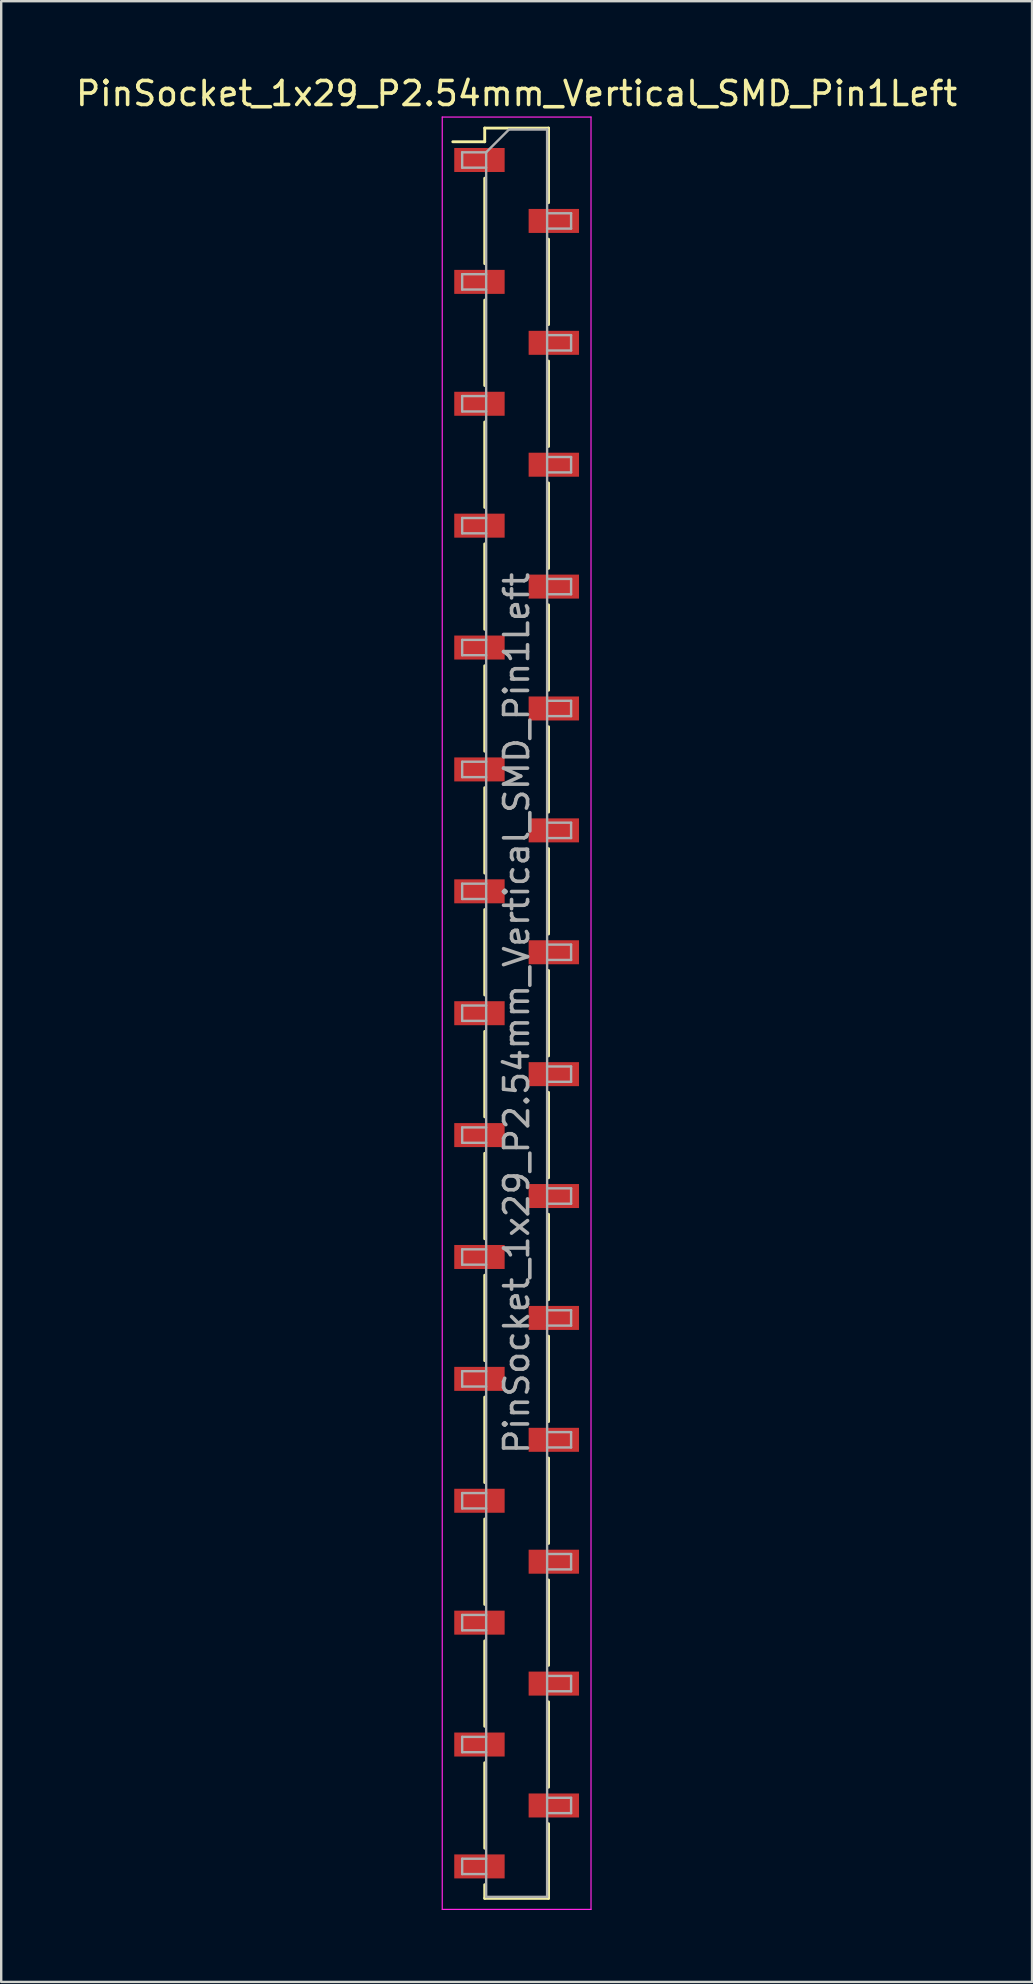
<source format=kicad_pcb>
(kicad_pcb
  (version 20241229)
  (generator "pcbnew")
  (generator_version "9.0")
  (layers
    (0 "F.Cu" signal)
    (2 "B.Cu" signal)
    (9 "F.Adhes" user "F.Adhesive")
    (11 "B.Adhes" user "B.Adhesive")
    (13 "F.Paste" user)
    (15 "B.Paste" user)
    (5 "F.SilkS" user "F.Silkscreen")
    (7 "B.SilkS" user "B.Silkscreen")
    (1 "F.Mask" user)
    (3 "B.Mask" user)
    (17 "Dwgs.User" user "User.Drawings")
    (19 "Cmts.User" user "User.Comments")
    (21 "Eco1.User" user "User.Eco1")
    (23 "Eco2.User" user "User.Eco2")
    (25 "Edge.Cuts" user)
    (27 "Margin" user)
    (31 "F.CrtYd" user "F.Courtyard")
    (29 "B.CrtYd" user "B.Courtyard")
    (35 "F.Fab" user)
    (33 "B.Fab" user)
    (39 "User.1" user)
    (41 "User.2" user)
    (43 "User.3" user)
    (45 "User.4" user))
  (footprint "PinSocket_1x29_P2.54mm_Vertical_SMD_Pin1Left"
    (layer "F.Cu")
    (at 18.482 39.178)
    (property "Reference" "PinSocket_1x29_P2.54mm_Vertical_SMD_Pin1Left" (at 0 -38.33 0) (layer "F.SilkS") (effects (font (size 1 1) (thickness 0.15))))
    (attr smd)
    (fp_line (start -2.66 -36.32) (end -1.33 -36.32) (stroke (width 0.12) (type solid)) (layer "F.SilkS"))
    (fp_line (start -1.33 -36.89) (end 1.33 -36.89) (stroke (width 0.12) (type solid)) (layer "F.SilkS"))
    (fp_line (start -1.33 -36.32) (end -1.33 -36.89) (stroke (width 0.12) (type solid)) (layer "F.SilkS"))
    (fp_line (start -1.33 -34.8) (end -1.33 -31.24) (stroke (width 0.12) (type solid)) (layer "F.SilkS"))
    (fp_line (start -1.33 -29.72) (end -1.33 -26.16) (stroke (width 0.12) (type solid)) (layer "F.SilkS"))
    (fp_line (start -1.33 -24.64) (end -1.33 -21.08) (stroke (width 0.12) (type solid)) (layer "F.SilkS"))
    (fp_line (start -1.33 -19.56) (end -1.33 -16) (stroke (width 0.12) (type solid)) (layer "F.SilkS"))
    (fp_line (start -1.33 -14.48) (end -1.33 -10.92) (stroke (width 0.12) (type solid)) (layer "F.SilkS"))
    (fp_line (start -1.33 -9.4) (end -1.33 -5.84) (stroke (width 0.12) (type solid)) (layer "F.SilkS"))
    (fp_line (start -1.33 -4.32) (end -1.33 -0.76) (stroke (width 0.12) (type solid)) (layer "F.SilkS"))
    (fp_line (start -1.33 0.76) (end -1.33 4.32) (stroke (width 0.12) (type solid)) (layer "F.SilkS"))
    (fp_line (start -1.33 5.84) (end -1.33 9.4) (stroke (width 0.12) (type solid)) (layer "F.SilkS"))
    (fp_line (start -1.33 10.92) (end -1.33 14.48) (stroke (width 0.12) (type solid)) (layer "F.SilkS"))
    (fp_line (start -1.33 16) (end -1.33 19.56) (stroke (width 0.12) (type solid)) (layer "F.SilkS"))
    (fp_line (start -1.33 21.08) (end -1.33 24.64) (stroke (width 0.12) (type solid)) (layer "F.SilkS"))
    (fp_line (start -1.33 26.16) (end -1.33 29.72) (stroke (width 0.12) (type solid)) (layer "F.SilkS"))
    (fp_line (start -1.33 31.24) (end -1.33 34.8) (stroke (width 0.12) (type solid)) (layer "F.SilkS"))
    (fp_line (start -1.33 36.89) (end -1.33 36.32) (stroke (width 0.12) (type solid)) (layer "F.SilkS"))
    (fp_line (start 1.33 -36.89) (end 1.33 -33.78) (stroke (width 0.12) (type solid)) (layer "F.SilkS"))
    (fp_line (start 1.33 -32.26) (end 1.33 -28.7) (stroke (width 0.12) (type solid)) (layer "F.SilkS"))
    (fp_line (start 1.33 -27.18) (end 1.33 -23.62) (stroke (width 0.12) (type solid)) (layer "F.SilkS"))
    (fp_line (start 1.33 -22.1) (end 1.33 -18.54) (stroke (width 0.12) (type solid)) (layer "F.SilkS"))
    (fp_line (start 1.33 -17.02) (end 1.33 -13.46) (stroke (width 0.12) (type solid)) (layer "F.SilkS"))
    (fp_line (start 1.33 -11.94) (end 1.33 -8.38) (stroke (width 0.12) (type solid)) (layer "F.SilkS"))
    (fp_line (start 1.33 -6.86) (end 1.33 -3.3) (stroke (width 0.12) (type solid)) (layer "F.SilkS"))
    (fp_line (start 1.33 -1.78) (end 1.33 1.78) (stroke (width 0.12) (type solid)) (layer "F.SilkS"))
    (fp_line (start 1.33 3.3) (end 1.33 6.86) (stroke (width 0.12) (type solid)) (layer "F.SilkS"))
    (fp_line (start 1.33 8.38) (end 1.33 11.94) (stroke (width 0.12) (type solid)) (layer "F.SilkS"))
    (fp_line (start 1.33 13.46) (end 1.33 17.02) (stroke (width 0.12) (type solid)) (layer "F.SilkS"))
    (fp_line (start 1.33 18.54) (end 1.33 22.1) (stroke (width 0.12) (type solid)) (layer "F.SilkS"))
    (fp_line (start 1.33 23.62) (end 1.33 27.18) (stroke (width 0.12) (type solid)) (layer "F.SilkS"))
    (fp_line (start 1.33 28.7) (end 1.33 32.26) (stroke (width 0.12) (type solid)) (layer "F.SilkS"))
    (fp_line (start 1.33 33.78) (end 1.33 36.89) (stroke (width 0.12) (type solid)) (layer "F.SilkS"))
    (fp_line (start 1.33 36.89) (end -1.33 36.89) (stroke (width 0.12) (type solid)) (layer "F.SilkS"))
    (fp_line (start -3.1 -37.35) (end 3.1 -37.35) (stroke (width 0.05) (type solid)) (layer "F.CrtYd"))
    (fp_line (start -3.1 37.35) (end -3.1 -37.35) (stroke (width 0.05) (type solid)) (layer "F.CrtYd"))
    (fp_line (start 3.1 -37.35) (end 3.1 37.35) (stroke (width 0.05) (type solid)) (layer "F.CrtYd"))
    (fp_line (start 3.1 37.35) (end -3.1 37.35) (stroke (width 0.05) (type solid)) (layer "F.CrtYd"))
    (fp_line (start -2.27 -35.88) (end -1.27 -35.88) (stroke (width 0.1) (type solid)) (layer "F.Fab"))
    (fp_line (start -2.27 -35.24) (end -2.27 -35.88) (stroke (width 0.1) (type solid)) (layer "F.Fab"))
    (fp_line (start -2.27 -30.8) (end -1.27 -30.8) (stroke (width 0.1) (type solid)) (layer "F.Fab"))
    (fp_line (start -2.27 -30.16) (end -2.27 -30.8) (stroke (width 0.1) (type solid)) (layer "F.Fab"))
    (fp_line (start -2.27 -25.72) (end -1.27 -25.72) (stroke (width 0.1) (type solid)) (layer "F.Fab"))
    (fp_line (start -2.27 -25.08) (end -2.27 -25.72) (stroke (width 0.1) (type solid)) (layer "F.Fab"))
    (fp_line (start -2.27 -20.64) (end -1.27 -20.64) (stroke (width 0.1) (type solid)) (layer "F.Fab"))
    (fp_line (start -2.27 -20) (end -2.27 -20.64) (stroke (width 0.1) (type solid)) (layer "F.Fab"))
    (fp_line (start -2.27 -15.56) (end -1.27 -15.56) (stroke (width 0.1) (type solid)) (layer "F.Fab"))
    (fp_line (start -2.27 -14.92) (end -2.27 -15.56) (stroke (width 0.1) (type solid)) (layer "F.Fab"))
    (fp_line (start -2.27 -10.48) (end -1.27 -10.48) (stroke (width 0.1) (type solid)) (layer "F.Fab"))
    (fp_line (start -2.27 -9.84) (end -2.27 -10.48) (stroke (width 0.1) (type solid)) (layer "F.Fab"))
    (fp_line (start -2.27 -5.4) (end -1.27 -5.4) (stroke (width 0.1) (type solid)) (layer "F.Fab"))
    (fp_line (start -2.27 -4.76) (end -2.27 -5.4) (stroke (width 0.1) (type solid)) (layer "F.Fab"))
    (fp_line (start -2.27 -0.32) (end -1.27 -0.32) (stroke (width 0.1) (type solid)) (layer "F.Fab"))
    (fp_line (start -2.27 0.32) (end -2.27 -0.32) (stroke (width 0.1) (type solid)) (layer "F.Fab"))
    (fp_line (start -2.27 4.76) (end -1.27 4.76) (stroke (width 0.1) (type solid)) (layer "F.Fab"))
    (fp_line (start -2.27 5.4) (end -2.27 4.76) (stroke (width 0.1) (type solid)) (layer "F.Fab"))
    (fp_line (start -2.27 9.84) (end -1.27 9.84) (stroke (width 0.1) (type solid)) (layer "F.Fab"))
    (fp_line (start -2.27 10.48) (end -2.27 9.84) (stroke (width 0.1) (type solid)) (layer "F.Fab"))
    (fp_line (start -2.27 14.92) (end -1.27 14.92) (stroke (width 0.1) (type solid)) (layer "F.Fab"))
    (fp_line (start -2.27 15.56) (end -2.27 14.92) (stroke (width 0.1) (type solid)) (layer "F.Fab"))
    (fp_line (start -2.27 20) (end -1.27 20) (stroke (width 0.1) (type solid)) (layer "F.Fab"))
    (fp_line (start -2.27 20.64) (end -2.27 20) (stroke (width 0.1) (type solid)) (layer "F.Fab"))
    (fp_line (start -2.27 25.08) (end -1.27 25.08) (stroke (width 0.1) (type solid)) (layer "F.Fab"))
    (fp_line (start -2.27 25.72) (end -2.27 25.08) (stroke (width 0.1) (type solid)) (layer "F.Fab"))
    (fp_line (start -2.27 30.16) (end -1.27 30.16) (stroke (width 0.1) (type solid)) (layer "F.Fab"))
    (fp_line (start -2.27 30.8) (end -2.27 30.16) (stroke (width 0.1) (type solid)) (layer "F.Fab"))
    (fp_line (start -2.27 35.24) (end -1.27 35.24) (stroke (width 0.1) (type solid)) (layer "F.Fab"))
    (fp_line (start -2.27 35.88) (end -2.27 35.24) (stroke (width 0.1) (type solid)) (layer "F.Fab"))
    (fp_line (start -1.27 -35.88) (end -0.32 -36.83) (stroke (width 0.1) (type solid)) (layer "F.Fab"))
    (fp_line (start -1.27 -35.24) (end -2.27 -35.24) (stroke (width 0.1) (type solid)) (layer "F.Fab"))
    (fp_line (start -1.27 -30.16) (end -2.27 -30.16) (stroke (width 0.1) (type solid)) (layer "F.Fab"))
    (fp_line (start -1.27 -25.08) (end -2.27 -25.08) (stroke (width 0.1) (type solid)) (layer "F.Fab"))
    (fp_line (start -1.27 -20) (end -2.27 -20) (stroke (width 0.1) (type solid)) (layer "F.Fab"))
    (fp_line (start -1.27 -14.92) (end -2.27 -14.92) (stroke (width 0.1) (type solid)) (layer "F.Fab"))
    (fp_line (start -1.27 -9.84) (end -2.27 -9.84) (stroke (width 0.1) (type solid)) (layer "F.Fab"))
    (fp_line (start -1.27 -4.76) (end -2.27 -4.76) (stroke (width 0.1) (type solid)) (layer "F.Fab"))
    (fp_line (start -1.27 0.32) (end -2.27 0.32) (stroke (width 0.1) (type solid)) (layer "F.Fab"))
    (fp_line (start -1.27 5.4) (end -2.27 5.4) (stroke (width 0.1) (type solid)) (layer "F.Fab"))
    (fp_line (start -1.27 10.48) (end -2.27 10.48) (stroke (width 0.1) (type solid)) (layer "F.Fab"))
    (fp_line (start -1.27 15.56) (end -2.27 15.56) (stroke (width 0.1) (type solid)) (layer "F.Fab"))
    (fp_line (start -1.27 20.64) (end -2.27 20.64) (stroke (width 0.1) (type solid)) (layer "F.Fab"))
    (fp_line (start -1.27 25.72) (end -2.27 25.72) (stroke (width 0.1) (type solid)) (layer "F.Fab"))
    (fp_line (start -1.27 30.8) (end -2.27 30.8) (stroke (width 0.1) (type solid)) (layer "F.Fab"))
    (fp_line (start -1.27 35.88) (end -2.27 35.88) (stroke (width 0.1) (type solid)) (layer "F.Fab"))
    (fp_line (start -1.27 36.83) (end -1.27 -35.88) (stroke (width 0.1) (type solid)) (layer "F.Fab"))
    (fp_line (start -0.32 -36.83) (end 1.27 -36.83) (stroke (width 0.1) (type solid)) (layer "F.Fab"))
    (fp_line (start 1.27 -36.83) (end 1.27 36.83) (stroke (width 0.1) (type solid)) (layer "F.Fab"))
    (fp_line (start 1.27 -33.34) (end 2.27 -33.34) (stroke (width 0.1) (type solid)) (layer "F.Fab"))
    (fp_line (start 1.27 -28.26) (end 2.27 -28.26) (stroke (width 0.1) (type solid)) (layer "F.Fab"))
    (fp_line (start 1.27 -23.18) (end 2.27 -23.18) (stroke (width 0.1) (type solid)) (layer "F.Fab"))
    (fp_line (start 1.27 -18.1) (end 2.27 -18.1) (stroke (width 0.1) (type solid)) (layer "F.Fab"))
    (fp_line (start 1.27 -13.02) (end 2.27 -13.02) (stroke (width 0.1) (type solid)) (layer "F.Fab"))
    (fp_line (start 1.27 -7.94) (end 2.27 -7.94) (stroke (width 0.1) (type solid)) (layer "F.Fab"))
    (fp_line (start 1.27 -2.86) (end 2.27 -2.86) (stroke (width 0.1) (type solid)) (layer "F.Fab"))
    (fp_line (start 1.27 2.22) (end 2.27 2.22) (stroke (width 0.1) (type solid)) (layer "F.Fab"))
    (fp_line (start 1.27 7.3) (end 2.27 7.3) (stroke (width 0.1) (type solid)) (layer "F.Fab"))
    (fp_line (start 1.27 12.38) (end 2.27 12.38) (stroke (width 0.1) (type solid)) (layer "F.Fab"))
    (fp_line (start 1.27 17.46) (end 2.27 17.46) (stroke (width 0.1) (type solid)) (layer "F.Fab"))
    (fp_line (start 1.27 22.54) (end 2.27 22.54) (stroke (width 0.1) (type solid)) (layer "F.Fab"))
    (fp_line (start 1.27 27.62) (end 2.27 27.62) (stroke (width 0.1) (type solid)) (layer "F.Fab"))
    (fp_line (start 1.27 32.7) (end 2.27 32.7) (stroke (width 0.1) (type solid)) (layer "F.Fab"))
    (fp_line (start 1.27 36.83) (end -1.27 36.83) (stroke (width 0.1) (type solid)) (layer "F.Fab"))
    (fp_line (start 2.27 -33.34) (end 2.27 -32.7) (stroke (width 0.1) (type solid)) (layer "F.Fab"))
    (fp_line (start 2.27 -32.7) (end 1.27 -32.7) (stroke (width 0.1) (type solid)) (layer "F.Fab"))
    (fp_line (start 2.27 -28.26) (end 2.27 -27.62) (stroke (width 0.1) (type solid)) (layer "F.Fab"))
    (fp_line (start 2.27 -27.62) (end 1.27 -27.62) (stroke (width 0.1) (type solid)) (layer "F.Fab"))
    (fp_line (start 2.27 -23.18) (end 2.27 -22.54) (stroke (width 0.1) (type solid)) (layer "F.Fab"))
    (fp_line (start 2.27 -22.54) (end 1.27 -22.54) (stroke (width 0.1) (type solid)) (layer "F.Fab"))
    (fp_line (start 2.27 -18.1) (end 2.27 -17.46) (stroke (width 0.1) (type solid)) (layer "F.Fab"))
    (fp_line (start 2.27 -17.46) (end 1.27 -17.46) (stroke (width 0.1) (type solid)) (layer "F.Fab"))
    (fp_line (start 2.27 -13.02) (end 2.27 -12.38) (stroke (width 0.1) (type solid)) (layer "F.Fab"))
    (fp_line (start 2.27 -12.38) (end 1.27 -12.38) (stroke (width 0.1) (type solid)) (layer "F.Fab"))
    (fp_line (start 2.27 -7.94) (end 2.27 -7.3) (stroke (width 0.1) (type solid)) (layer "F.Fab"))
    (fp_line (start 2.27 -7.3) (end 1.27 -7.3) (stroke (width 0.1) (type solid)) (layer "F.Fab"))
    (fp_line (start 2.27 -2.86) (end 2.27 -2.22) (stroke (width 0.1) (type solid)) (layer "F.Fab"))
    (fp_line (start 2.27 -2.22) (end 1.27 -2.22) (stroke (width 0.1) (type solid)) (layer "F.Fab"))
    (fp_line (start 2.27 2.22) (end 2.27 2.86) (stroke (width 0.1) (type solid)) (layer "F.Fab"))
    (fp_line (start 2.27 2.86) (end 1.27 2.86) (stroke (width 0.1) (type solid)) (layer "F.Fab"))
    (fp_line (start 2.27 7.3) (end 2.27 7.94) (stroke (width 0.1) (type solid)) (layer "F.Fab"))
    (fp_line (start 2.27 7.94) (end 1.27 7.94) (stroke (width 0.1) (type solid)) (layer "F.Fab"))
    (fp_line (start 2.27 12.38) (end 2.27 13.02) (stroke (width 0.1) (type solid)) (layer "F.Fab"))
    (fp_line (start 2.27 13.02) (end 1.27 13.02) (stroke (width 0.1) (type solid)) (layer "F.Fab"))
    (fp_line (start 2.27 17.46) (end 2.27 18.1) (stroke (width 0.1) (type solid)) (layer "F.Fab"))
    (fp_line (start 2.27 18.1) (end 1.27 18.1) (stroke (width 0.1) (type solid)) (layer "F.Fab"))
    (fp_line (start 2.27 22.54) (end 2.27 23.18) (stroke (width 0.1) (type solid)) (layer "F.Fab"))
    (fp_line (start 2.27 23.18) (end 1.27 23.18) (stroke (width 0.1) (type solid)) (layer "F.Fab"))
    (fp_line (start 2.27 27.62) (end 2.27 28.26) (stroke (width 0.1) (type solid)) (layer "F.Fab"))
    (fp_line (start 2.27 28.26) (end 1.27 28.26) (stroke (width 0.1) (type solid)) (layer "F.Fab"))
    (fp_line (start 2.27 32.7) (end 2.27 33.34) (stroke (width 0.1) (type solid)) (layer "F.Fab"))
    (fp_line (start 2.27 33.34) (end 1.27 33.34) (stroke (width 0.1) (type solid)) (layer "F.Fab"))
    (fp_text user "${REFERENCE}" (at 0 0 90) (layer "F.Fab") (effects (font (size 1 1) (thickness 0.15))))
    (pad "1" smd rect (at -1.55 -35.56) (size 2.1 1) (layers "F.Cu" "F.Mask" "F.Paste"))
    (pad "2" smd rect (at 1.55 -33.02) (size 2.1 1) (layers "F.Cu" "F.Mask" "F.Paste"))
    (pad "3" smd rect (at -1.55 -30.48) (size 2.1 1) (layers "F.Cu" "F.Mask" "F.Paste"))
    (pad "4" smd rect (at 1.55 -27.94) (size 2.1 1) (layers "F.Cu" "F.Mask" "F.Paste"))
    (pad "5" smd rect (at -1.55 -25.4) (size 2.1 1) (layers "F.Cu" "F.Mask" "F.Paste"))
    (pad "6" smd rect (at 1.55 -22.86) (size 2.1 1) (layers "F.Cu" "F.Mask" "F.Paste"))
    (pad "7" smd rect (at -1.55 -20.32) (size 2.1 1) (layers "F.Cu" "F.Mask" "F.Paste"))
    (pad "8" smd rect (at 1.55 -17.78) (size 2.1 1) (layers "F.Cu" "F.Mask" "F.Paste"))
    (pad "9" smd rect (at -1.55 -15.24) (size 2.1 1) (layers "F.Cu" "F.Mask" "F.Paste"))
    (pad "10" smd rect (at 1.55 -12.7) (size 2.1 1) (layers "F.Cu" "F.Mask" "F.Paste"))
    (pad "11" smd rect (at -1.55 -10.16) (size 2.1 1) (layers "F.Cu" "F.Mask" "F.Paste"))
    (pad "12" smd rect (at 1.55 -7.62) (size 2.1 1) (layers "F.Cu" "F.Mask" "F.Paste"))
    (pad "13" smd rect (at -1.55 -5.08) (size 2.1 1) (layers "F.Cu" "F.Mask" "F.Paste"))
    (pad "14" smd rect (at 1.55 -2.54) (size 2.1 1) (layers "F.Cu" "F.Mask" "F.Paste"))
    (pad "15" smd rect (at -1.55 0) (size 2.1 1) (layers "F.Cu" "F.Mask" "F.Paste"))
    (pad "16" smd rect (at 1.55 2.54) (size 2.1 1) (layers "F.Cu" "F.Mask" "F.Paste"))
    (pad "17" smd rect (at -1.55 5.08) (size 2.1 1) (layers "F.Cu" "F.Mask" "F.Paste"))
    (pad "18" smd rect (at 1.55 7.62) (size 2.1 1) (layers "F.Cu" "F.Mask" "F.Paste"))
    (pad "19" smd rect (at -1.55 10.16) (size 2.1 1) (layers "F.Cu" "F.Mask" "F.Paste"))
    (pad "20" smd rect (at 1.55 12.7) (size 2.1 1) (layers "F.Cu" "F.Mask" "F.Paste"))
    (pad "21" smd rect (at -1.55 15.24) (size 2.1 1) (layers "F.Cu" "F.Mask" "F.Paste"))
    (pad "22" smd rect (at 1.55 17.78) (size 2.1 1) (layers "F.Cu" "F.Mask" "F.Paste"))
    (pad "23" smd rect (at -1.55 20.32) (size 2.1 1) (layers "F.Cu" "F.Mask" "F.Paste"))
    (pad "24" smd rect (at 1.55 22.86) (size 2.1 1) (layers "F.Cu" "F.Mask" "F.Paste"))
    (pad "25" smd rect (at -1.55 25.4) (size 2.1 1) (layers "F.Cu" "F.Mask" "F.Paste"))
    (pad "26" smd rect (at 1.55 27.94) (size 2.1 1) (layers "F.Cu" "F.Mask" "F.Paste"))
    (pad "27" smd rect (at -1.55 30.48) (size 2.1 1) (layers "F.Cu" "F.Mask" "F.Paste"))
    (pad "28" smd rect (at 1.55 33.02) (size 2.1 1) (layers "F.Cu" "F.Mask" "F.Paste"))
    (pad "29" smd rect (at -1.55 35.56) (size 2.1 1) (layers "F.Cu" "F.Mask" "F.Paste")))
  (gr_rect
    (start -3 -3)
    (end 39.964 79.553)
    (stroke (width 0.1) (type default))
    (fill no)
    (layer "Edge.Cuts")))
</source>
